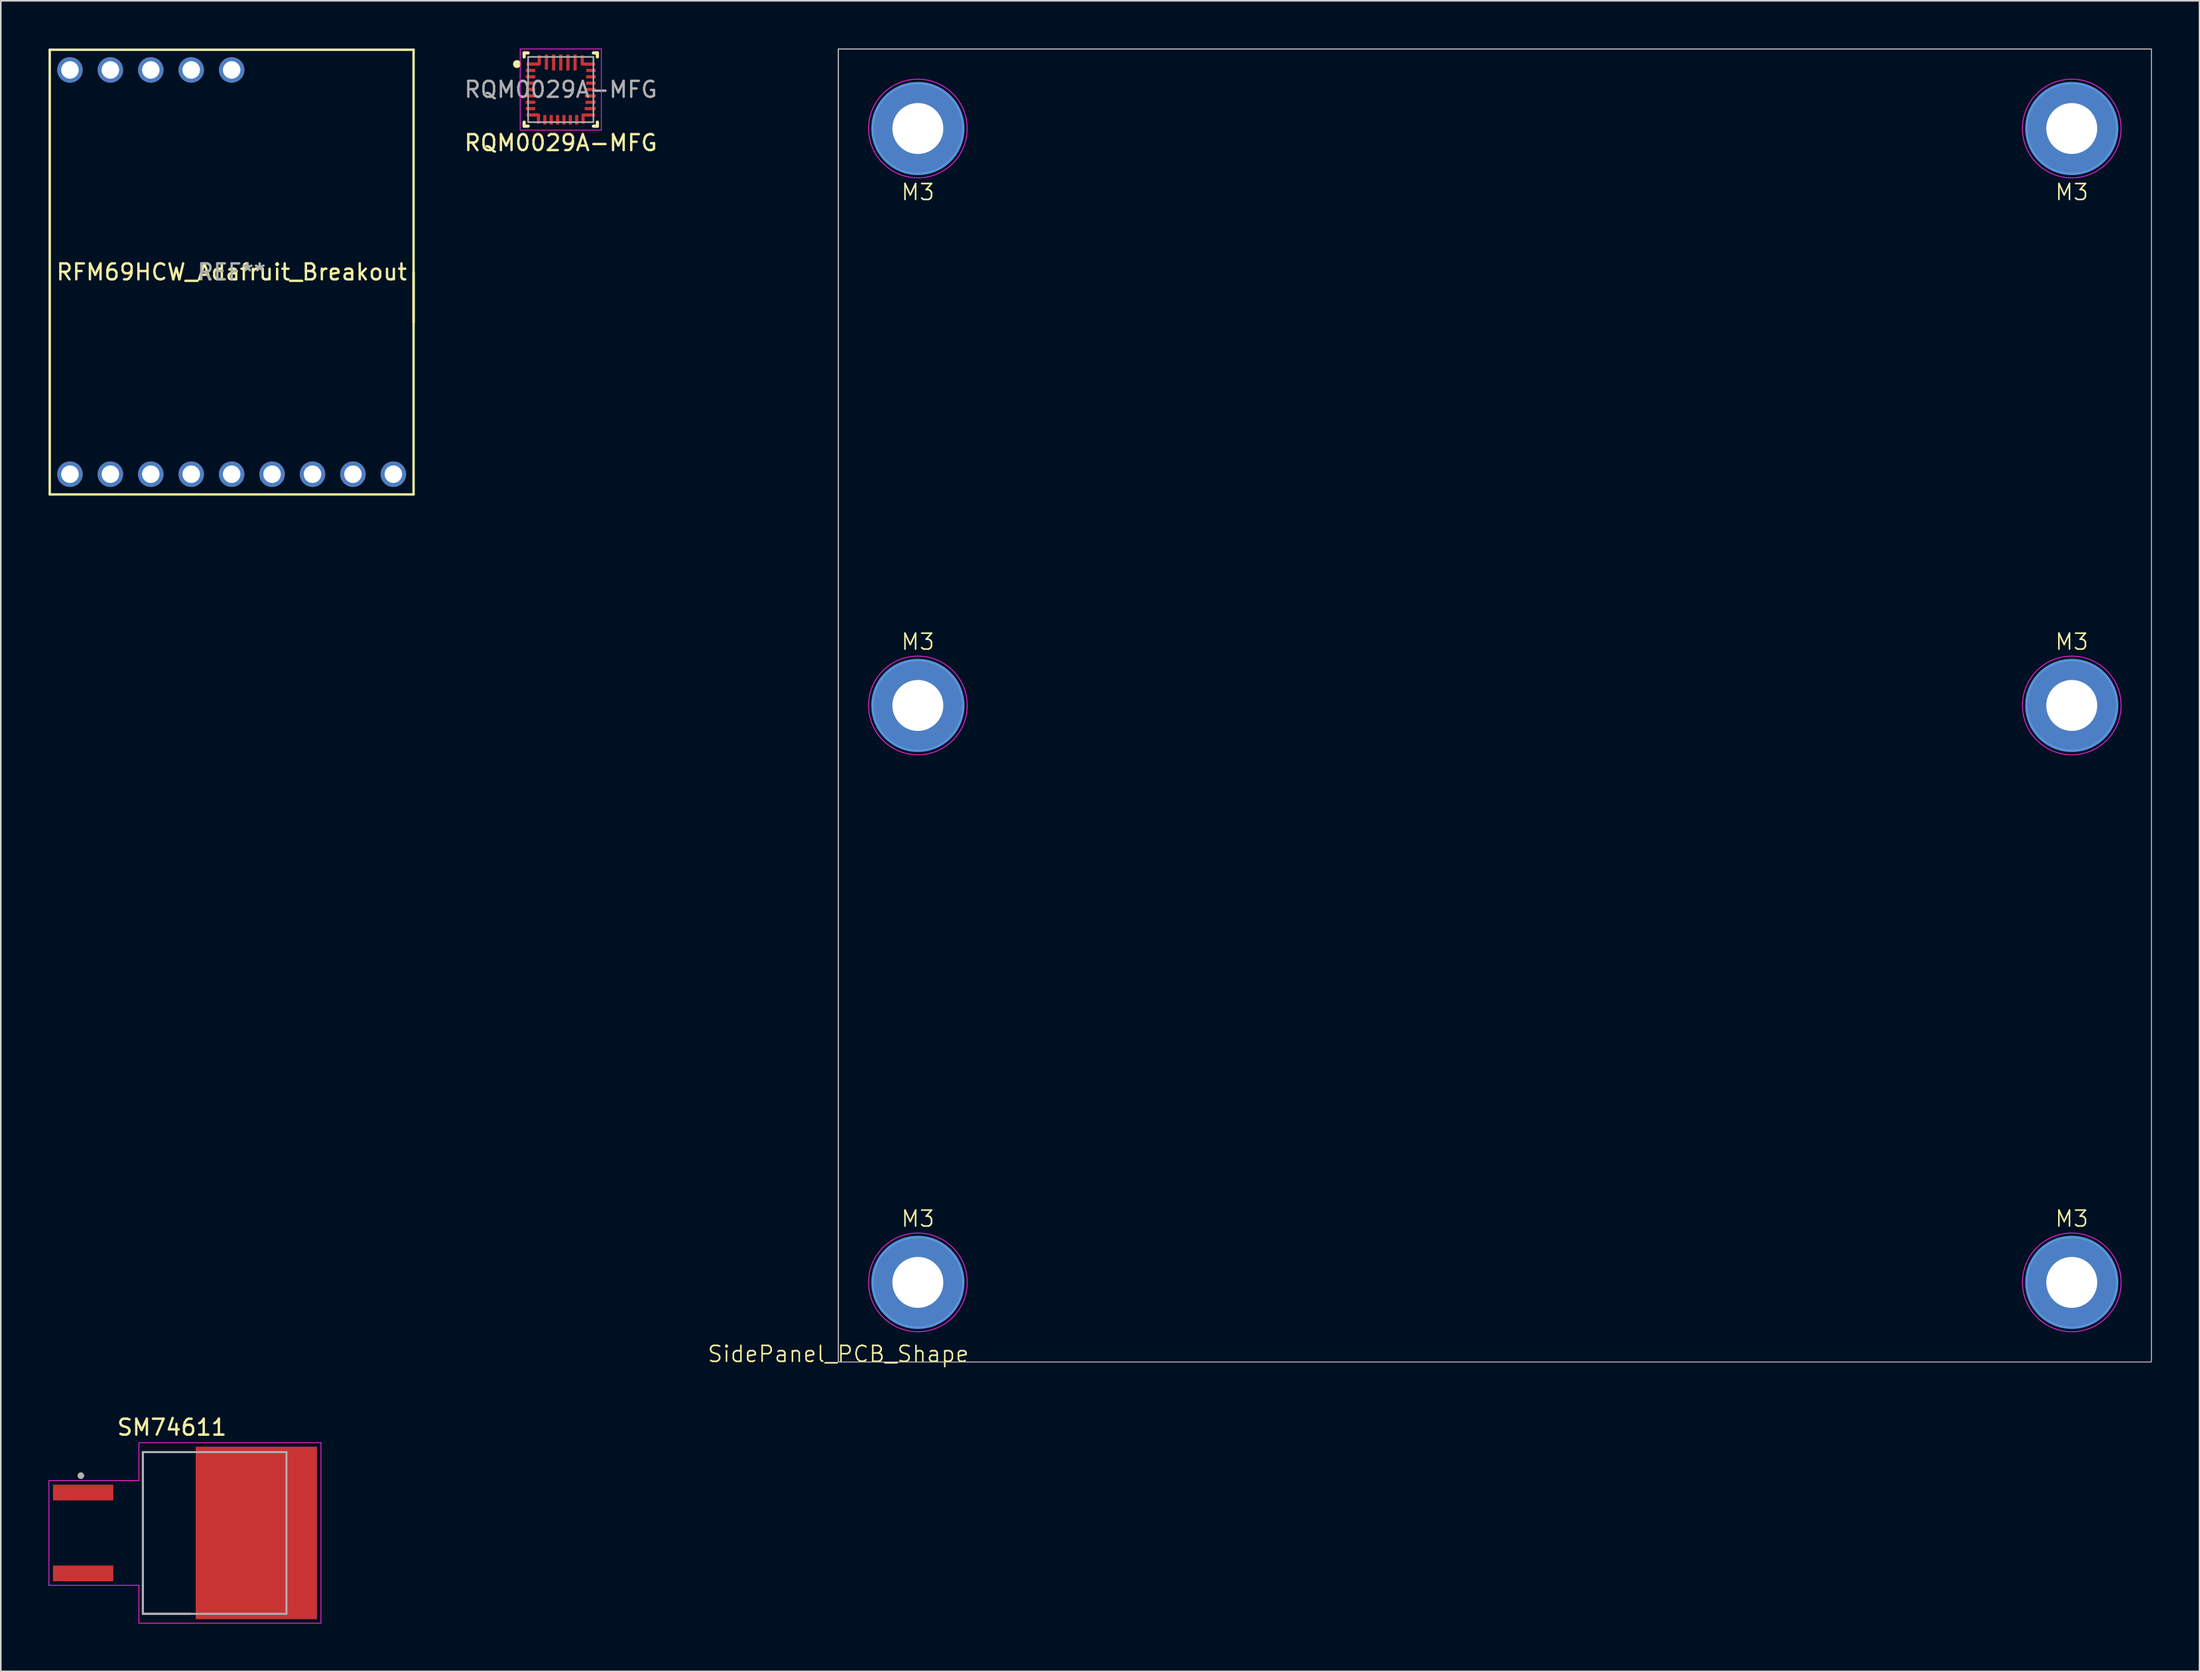
<source format=kicad_pcb>
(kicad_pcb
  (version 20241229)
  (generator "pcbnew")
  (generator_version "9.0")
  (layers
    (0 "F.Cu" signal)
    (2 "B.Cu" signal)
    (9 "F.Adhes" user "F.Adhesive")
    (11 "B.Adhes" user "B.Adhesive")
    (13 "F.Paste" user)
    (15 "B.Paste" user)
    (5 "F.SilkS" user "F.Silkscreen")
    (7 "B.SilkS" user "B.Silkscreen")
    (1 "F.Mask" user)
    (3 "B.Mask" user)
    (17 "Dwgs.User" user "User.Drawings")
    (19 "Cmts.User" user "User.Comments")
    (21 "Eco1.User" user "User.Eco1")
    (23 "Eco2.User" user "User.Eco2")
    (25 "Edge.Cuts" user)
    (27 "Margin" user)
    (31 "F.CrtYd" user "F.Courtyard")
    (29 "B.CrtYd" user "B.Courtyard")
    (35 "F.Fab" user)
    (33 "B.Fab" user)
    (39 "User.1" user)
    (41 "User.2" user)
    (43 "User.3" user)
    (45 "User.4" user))
  (footprint "SidePanel_PCB_Shape"
    (layer "F.Cu")
    (at 49.62 82.525)
    (property "Reference" "SidePanel_PCB_Shape" (at 0 -0.5 0) (unlocked yes) (layer "F.SilkS") (effects (font (size 1 1) (thickness 0.1))))
    (attr through_hole exclude_from_pos_files exclude_from_bom allow_missing_courtyard)
    (fp_rect (start 0 -82.5) (end 82.5 0) (stroke (width 0.05) (type default)) (fill no) (layer "Dwgs.User"))
    (fp_circle (center 5 -77.5) (end 7.85 -77.5) (stroke (width 0.15) (type solid)) (fill no) (layer "Cmts.User"))
    (fp_circle (center 5 -41.25) (end 7.85 -41.25) (stroke (width 0.15) (type solid)) (fill no) (layer "Cmts.User"))
    (fp_circle (center 5 -5) (end 7.85 -5) (stroke (width 0.15) (type solid)) (fill no) (layer "Cmts.User"))
    (fp_circle (center 77.5 -77.5) (end 80.35 -77.5) (stroke (width 0.15) (type solid)) (fill no) (layer "Cmts.User"))
    (fp_circle (center 77.5 -41.25) (end 80.35 -41.25) (stroke (width 0.15) (type solid)) (fill no) (layer "Cmts.User"))
    (fp_circle (center 77.5 -5) (end 80.35 -5) (stroke (width 0.15) (type solid)) (fill no) (layer "Cmts.User"))
    (fp_rect (start 0 -82.5) (end 82.5 0) (stroke (width 0.05) (type default)) (fill no) (layer "Edge.Cuts"))
    (fp_circle (center 5 -77.5) (end 8.1 -77.5) (stroke (width 0.05) (type solid)) (fill no) (layer "F.CrtYd"))
    (fp_circle (center 5 -41.25) (end 8.1 -41.25) (stroke (width 0.05) (type solid)) (fill no) (layer "F.CrtYd"))
    (fp_circle (center 5 -5) (end 8.1 -5) (stroke (width 0.05) (type solid)) (fill no) (layer "F.CrtYd"))
    (fp_circle (center 77.5 -77.5) (end 80.6 -77.5) (stroke (width 0.05) (type solid)) (fill no) (layer "F.CrtYd"))
    (fp_circle (center 77.5 -41.25) (end 80.6 -41.25) (stroke (width 0.05) (type solid)) (fill no) (layer "F.CrtYd"))
    (fp_circle (center 77.5 -5) (end 80.6 -5) (stroke (width 0.05) (type solid)) (fill no) (layer "F.CrtYd"))
    (fp_text user "M3" (at 5 -9 0) (unlocked yes) (layer "F.SilkS") (effects (font (size 1 1) (thickness 0.1))))
    (fp_text user "M3" (at 5 -73.5 0) (unlocked yes) (layer "F.SilkS") (effects (font (size 1 1) (thickness 0.1))))
    (fp_text user "M3" (at 5 -45.25 0) (unlocked yes) (layer "F.SilkS") (effects (font (size 1 1) (thickness 0.1))))
    (fp_text user "M3" (at 77.5 -73.5 0) (unlocked yes) (layer "F.SilkS") (effects (font (size 1 1) (thickness 0.1))))
    (fp_text user "M3" (at 77.5 -45.25 0) (unlocked yes) (layer "F.SilkS") (effects (font (size 1 1) (thickness 0.1))))
    (fp_text user "M3" (at 77.5 -9 0) (unlocked yes) (layer "F.SilkS") (effects (font (size 1 1) (thickness 0.1))))
    (pad "1" thru_hole circle (at 5 -77.5) (size 3.6 3.6) (drill 3.2) (layers "*.Cu" "*.Mask"))
    (pad "1" connect circle (at 5 -77.5) (size 5.7 5.7) (layers "F.Cu" "F.Mask"))
    (pad "1" connect circle (at 5 -77.5) (size 5.7 5.7) (layers "B.Cu" "B.Mask"))
    (pad "2" thru_hole circle (at 77.5 -77.5) (size 3.6 3.6) (drill 3.2) (layers "*.Cu" "*.Mask"))
    (pad "2" connect circle (at 77.5 -77.5) (size 5.7 5.7) (layers "F.Cu" "F.Mask"))
    (pad "2" connect circle (at 77.5 -77.5) (size 5.7 5.7) (layers "B.Cu" "B.Mask"))
    (pad "3" thru_hole circle (at 5 -41.25) (size 3.6 3.6) (drill 3.2) (layers "*.Cu" "*.Mask"))
    (pad "3" connect circle (at 5 -41.25) (size 5.7 5.7) (layers "F.Cu" "F.Mask"))
    (pad "3" connect circle (at 5 -41.25) (size 5.7 5.7) (layers "B.Cu" "B.Mask"))
    (pad "4" thru_hole circle (at 77.5 -41.25) (size 3.6 3.6) (drill 3.2) (layers "*.Cu" "*.Mask"))
    (pad "4" connect circle (at 77.5 -41.25) (size 5.7 5.7) (layers "F.Cu" "F.Mask"))
    (pad "4" connect circle (at 77.5 -41.25) (size 5.7 5.7) (layers "B.Cu" "B.Mask"))
    (pad "5" thru_hole circle (at 5 -5) (size 3.6 3.6) (drill 3.2) (layers "*.Cu" "*.Mask"))
    (pad "5" connect circle (at 5 -5) (size 5.7 5.7) (layers "F.Cu" "F.Mask"))
    (pad "5" connect circle (at 5 -5) (size 5.7 5.7) (layers "B.Cu" "B.Mask"))
    (pad "6" thru_hole circle (at 77.5 -5) (size 3.6 3.6) (drill 3.2) (layers "*.Cu" "*.Mask"))
    (pad "6" connect circle (at 77.5 -5) (size 5.7 5.7) (layers "F.Cu" "F.Mask"))
    (pad "6" connect circle (at 77.5 -5) (size 5.7 5.7) (layers "B.Cu" "B.Mask")))
  (footprint "RQM0029A-MFG"
    (layer "F.Cu")
    (at 32.183 2.575)
    (property "Reference" "RQM0029A-MFG" (at 0 3.35 0) (unlocked yes) (layer "F.SilkS") (effects (font (size 1 1) (thickness 0.15))))
    (attr smd)
    (fp_line (start -2.3 -2.3) (end -2.05 -2.3) (stroke (width 0.2) (type solid)) (layer "F.SilkS"))
    (fp_line (start -2.3 -2.05) (end -2.3 -2.3) (stroke (width 0.2) (type solid)) (layer "F.SilkS"))
    (fp_line (start -2.3 2.3) (end -2.3 2.05) (stroke (width 0.2) (type solid)) (layer "F.SilkS"))
    (fp_line (start -2.3 2.3) (end -2.05 2.3) (stroke (width 0.2) (type solid)) (layer "F.SilkS"))
    (fp_line (start 2.05 -2.3) (end 2.3 -2.3) (stroke (width 0.2) (type solid)) (layer "F.SilkS"))
    (fp_line (start 2.05 2.3) (end 2.3 2.3) (stroke (width 0.2) (type solid)) (layer "F.SilkS"))
    (fp_line (start 2.3 -2.05) (end 2.3 -2.3) (stroke (width 0.2) (type solid)) (layer "F.SilkS"))
    (fp_line (start 2.3 2.3) (end 2.3 2.05) (stroke (width 0.2) (type solid)) (layer "F.SilkS"))
    (fp_circle (center -2.75 -1.6) (end -2.625 -1.6) (stroke (width 0.25) (type solid)) (fill no) (layer "F.SilkS"))
    (fp_rect (start -2.55 -2.55) (end 2.55 2.55) (stroke (width 0.05) (type default)) (fill no) (layer "F.CrtYd"))
    (fp_line (start -2.05 -2.05) (end 2.05 -2.05) (stroke (width 0.1) (type solid)) (layer "F.Fab"))
    (fp_line (start -2.05 2.05) (end -2.05 -2.05) (stroke (width 0.1) (type solid)) (layer "F.Fab"))
    (fp_line (start -2.05 2.05) (end 2.05 2.05) (stroke (width 0.1) (type solid)) (layer "F.Fab"))
    (fp_line (start 2.05 2.05) (end 2.05 -2.05) (stroke (width 0.1) (type solid)) (layer "F.Fab"))
    (fp_text user "${REFERENCE}" (at 0 0 0) (unlocked yes) (layer "F.Fab") (effects (font (size 1 1) (thickness 0.15))))
    (pad "1" smd rect (at -1.725 -1.6 180) (size 0.85 0.2) (layers "F.Cu" "F.Mask" "F.Paste"))
    (pad "1" smd rect (at -1.35 -1.85 90) (size 0.6 0.2) (layers "F.Cu" "F.Mask" "F.Paste"))
    (pad "2" smd rect (at -1.9 -1.2) (size 0.6 0.2) (layers "F.Cu" "F.Mask" "F.Paste"))
    (pad "3" smd rect (at -1.9 -0.8) (size 0.6 0.2) (layers "F.Cu" "F.Mask" "F.Paste"))
    (pad "4" smd rect (at -1.9 -0.4) (size 0.6 0.2) (layers "F.Cu" "F.Mask" "F.Paste"))
    (pad "5" smd rect (at -1.9 0) (size 0.6 0.2) (layers "F.Cu" "F.Mask" "F.Paste"))
    (pad "6" smd rect (at -1.9 0.4) (size 0.6 0.2) (layers "F.Cu" "F.Mask" "F.Paste"))
    (pad "7" smd rect (at -1.9 0.8) (size 0.6 0.2) (layers "F.Cu" "F.Mask" "F.Paste"))
    (pad "8" smd rect (at -1.9 1.2) (size 0.6 0.2) (layers "F.Cu" "F.Mask" "F.Paste"))
    (pad "9" smd rect (at -1.75 1.6 180) (size 0.8 0.2) (layers "F.Cu" "F.Mask" "F.Paste"))
    (pad "9" smd rect (at -1.4 1.85 270) (size 0.6 0.2) (layers "F.Cu" "F.Mask" "F.Paste"))
    (pad "10" smd rect (at -1 1.9 90) (size 0.6 0.2) (layers "F.Cu" "F.Mask" "F.Paste"))
    (pad "11" smd rect (at -0.6 1.9 90) (size 0.6 0.2) (layers "F.Cu" "F.Mask" "F.Paste"))
    (pad "12" smd rect (at -0.2 1.9 90) (size 0.6 0.2) (layers "F.Cu" "F.Mask" "F.Paste"))
    (pad "13" smd rect (at 0.2 1.9 90) (size 0.6 0.2) (layers "F.Cu" "F.Mask" "F.Paste"))
    (pad "14" smd rect (at 0.6 1.9 90) (size 0.6 0.2) (layers "F.Cu" "F.Mask" "F.Paste"))
    (pad "15" smd rect (at 1 1.9 90) (size 0.6 0.2) (layers "F.Cu" "F.Mask" "F.Paste"))
    (pad "16" smd rect (at 1.4 1.85 270) (size 0.6 0.2) (layers "F.Cu" "F.Mask" "F.Paste"))
    (pad "16" smd rect (at 1.75 1.6) (size 0.8 0.2) (layers "F.Cu" "F.Mask" "F.Paste"))
    (pad "17" smd rect (at 1.85 1.2) (size 0.7 0.2) (layers "F.Cu" "F.Mask" "F.Paste"))
    (pad "18" smd rect (at 1.875 0.8) (size 0.65 0.2) (layers "F.Cu" "F.Mask" "F.Paste"))
    (pad "19" smd rect (at 1.86 0.4) (size 0.68 0.2) (layers "F.Cu" "F.Mask" "F.Paste"))
    (pad "20" smd rect (at 1.9 0) (size 0.6 0.2) (layers "F.Cu" "F.Mask" "F.Paste"))
    (pad "21" smd rect (at 1.9 -0.4) (size 0.6 0.2) (layers "F.Cu" "F.Mask" "F.Paste"))
    (pad "22" smd rect (at 1.9 -0.8) (size 0.6 0.2) (layers "F.Cu" "F.Mask" "F.Paste"))
    (pad "23" smd rect (at 1.9 -1.2) (size 0.6 0.2) (layers "F.Cu" "F.Mask" "F.Paste"))
    (pad "24" smd rect (at 1.35 -1.85 90) (size 0.6 0.2) (layers "F.Cu" "F.Mask" "F.Paste"))
    (pad "24" smd rect (at 1.725 -1.6) (size 0.85 0.2) (layers "F.Cu" "F.Mask" "F.Paste"))
    (pad "25" smd rect (at 0.9 -1.7) (size 0.2 1) (layers "F.Cu" "F.Mask" "F.Paste"))
    (pad "26" smd rect (at 0.45 -1.7) (size 0.2 1) (layers "F.Cu" "F.Mask" "F.Paste"))
    (pad "27" smd rect (at 0 -1.7) (size 0.2 1) (layers "F.Cu" "F.Mask" "F.Paste"))
    (pad "28" smd rect (at -0.45 -1.7) (size 0.2 1) (layers "F.Cu" "F.Mask" "F.Paste"))
    (pad "29" smd rect (at -0.9 -1.725) (size 0.2 0.95) (layers "F.Cu" "F.Mask" "F.Paste")))
  (footprint "RFM69HCW_Adafruit_Breakout"
    (layer "F.Cu")
    (at 11.505 14.045)
    (property "Reference" "RFM69HCW_Adafruit_Breakout" (at 0 0 0) (layer "F.SilkS") (effects (font (size 1 1) (thickness 0.15))))
    (attr through_hole)
    (fp_line (start -11.43 -13.97) (end 11.43 -13.97) (stroke (width 0.15) (type solid)) (layer "F.SilkS"))
    (fp_line (start -11.43 13.97) (end -11.43 -13.97) (stroke (width 0.15) (type solid)) (layer "F.SilkS"))
    (fp_line (start 11.43 -13.97) (end 11.43 13.97) (stroke (width 0.15) (type solid)) (layer "F.SilkS"))
    (fp_line (start 11.43 3.175) (end 11.43 0) (stroke (width 0.15) (type solid)) (layer "F.SilkS"))
    (fp_line (start 11.43 13.97) (end -11.43 13.97) (stroke (width 0.15) (type solid)) (layer "F.SilkS"))
    (fp_text user "REF**" (at 0 0 0) (layer "F.Fab") (effects (font (size 1 1) (thickness 0.15))))
    (pad "1" thru_hole circle (at -10.16 12.7) (size 1.6 1.6) (drill 1.1) (layers "*.Cu" "*.Mask"))
    (pad "2" thru_hole circle (at -7.62 12.7) (size 1.6 1.6) (drill 1.1) (layers "*.Cu" "*.Mask"))
    (pad "3" thru_hole circle (at -5.08 12.7) (size 1.6 1.6) (drill 1.1) (layers "*.Cu" "*.Mask"))
    (pad "4" thru_hole circle (at -2.54 12.7) (size 1.6 1.6) (drill 1.1) (layers "*.Cu" "*.Mask"))
    (pad "5" thru_hole circle (at 0 12.7) (size 1.6 1.6) (drill 1.1) (layers "*.Cu" "*.Mask"))
    (pad "6" thru_hole circle (at 2.54 12.7) (size 1.6 1.6) (drill 1.1) (layers "*.Cu" "*.Mask"))
    (pad "7" thru_hole circle (at 5.08 12.7) (size 1.6 1.6) (drill 1.1) (layers "*.Cu" "*.Mask"))
    (pad "8" thru_hole circle (at 7.62 12.7) (size 1.6 1.6) (drill 1.1) (layers "*.Cu" "*.Mask"))
    (pad "9" thru_hole circle (at 10.16 12.7) (size 1.6 1.6) (drill 1.1) (layers "*.Cu" "*.Mask"))
    (pad "29" thru_hole circle (at 0 -12.7) (size 1.6 1.6) (drill 1.1) (layers "*.Cu" "*.Mask"))
    (pad "30" thru_hole circle (at -2.54 -12.7) (size 1.6 1.6) (drill 1.1) (layers "*.Cu" "*.Mask"))
    (pad "31" thru_hole circle (at -5.08 -12.7) (size 1.6 1.6) (drill 1.1) (layers "*.Cu" "*.Mask"))
    (pad "32" thru_hole circle (at -7.62 -12.7) (size 1.6 1.6) (drill 1.1) (layers "*.Cu" "*.Mask"))
    (pad "33" thru_hole circle (at -10.16 -12.7) (size 1.6 1.6) (drill 1.1) (layers "*.Cu" "*.Mask")))
  (footprint "SM74611"
    (layer "F.Cu")
    (at 8.575 93.269)
    (property "Reference" "SM74611" (at -0.825 -6.635 0) (layer "F.SilkS") (effects (font (size 1 1) (thickness 0.15))))
    (attr smd)
    (fp_line (start -2.648 -5.08) (end 0.357 -5.08) (stroke (width 0.127) (type solid)) (layer "F.SilkS"))
    (fp_line (start -2.648 5.08) (end -2.648 -5.08) (stroke (width 0.127) (type solid)) (layer "F.SilkS"))
    (fp_line (start 0.357 5.08) (end -2.648 5.08) (stroke (width 0.127) (type solid)) (layer "F.SilkS"))
    (fp_circle (center -6.545 -3.6) (end -6.445 -3.6) (stroke (width 0.2) (type solid)) (fill no) (layer "F.SilkS"))
    (fp_poly (pts (xy 1.215 -5.13) (xy 2.665 -5.13) (xy 2.665 -3.87) (xy 1.215 -3.87)) (stroke (width 0.01) (type solid)) (fill yes) (layer "F.Paste"))
    (fp_poly (pts (xy 1.215 -3.33) (xy 2.665 -3.33) (xy 2.665 -2.07) (xy 1.215 -2.07)) (stroke (width 0.01) (type solid)) (fill yes) (layer "F.Paste"))
    (fp_poly (pts (xy 1.215 -1.53) (xy 2.665 -1.53) (xy 2.665 -0.27) (xy 1.215 -0.27)) (stroke (width 0.01) (type solid)) (fill yes) (layer "F.Paste"))
    (fp_poly (pts (xy 1.215 0.27) (xy 2.665 0.27) (xy 2.665 1.53) (xy 1.215 1.53)) (stroke (width 0.01) (type solid)) (fill yes) (layer "F.Paste"))
    (fp_poly (pts (xy 1.215 2.07) (xy 2.665 2.07) (xy 2.665 3.33) (xy 1.215 3.33)) (stroke (width 0.01) (type solid)) (fill yes) (layer "F.Paste"))
    (fp_poly (pts (xy 1.215 3.87) (xy 2.665 3.87) (xy 2.665 5.13) (xy 1.215 5.13)) (stroke (width 0.01) (type solid)) (fill yes) (layer "F.Paste"))
    (fp_poly (pts (xy 3.755 -5.13) (xy 5.205 -5.13) (xy 5.205 -3.87) (xy 3.755 -3.87)) (stroke (width 0.01) (type solid)) (fill yes) (layer "F.Paste"))
    (fp_poly (pts (xy 3.755 -3.33) (xy 5.205 -3.33) (xy 5.205 -2.07) (xy 3.755 -2.07)) (stroke (width 0.01) (type solid)) (fill yes) (layer "F.Paste"))
    (fp_poly (pts (xy 3.755 -1.53) (xy 5.205 -1.53) (xy 5.205 -0.27) (xy 3.755 -0.27)) (stroke (width 0.01) (type solid)) (fill yes) (layer "F.Paste"))
    (fp_poly (pts (xy 3.755 0.27) (xy 5.205 0.27) (xy 5.205 1.53) (xy 3.755 1.53)) (stroke (width 0.01) (type solid)) (fill yes) (layer "F.Paste"))
    (fp_poly (pts (xy 3.755 2.07) (xy 5.205 2.07) (xy 5.205 3.33) (xy 3.755 3.33)) (stroke (width 0.01) (type solid)) (fill yes) (layer "F.Paste"))
    (fp_poly (pts (xy 3.755 3.87) (xy 5.205 3.87) (xy 5.205 5.13) (xy 3.755 5.13)) (stroke (width 0.01) (type solid)) (fill yes) (layer "F.Paste"))
    (fp_poly (pts (xy 6.295 -5.13) (xy 7.745 -5.13) (xy 7.745 -3.87) (xy 6.295 -3.87)) (stroke (width 0.01) (type solid)) (fill yes) (layer "F.Paste"))
    (fp_poly (pts (xy 6.295 -3.33) (xy 7.745 -3.33) (xy 7.745 -2.07) (xy 6.295 -2.07)) (stroke (width 0.01) (type solid)) (fill yes) (layer "F.Paste"))
    (fp_poly (pts (xy 6.295 -1.53) (xy 7.745 -1.53) (xy 7.745 -0.27) (xy 6.295 -0.27)) (stroke (width 0.01) (type solid)) (fill yes) (layer "F.Paste"))
    (fp_poly (pts (xy 6.295 0.27) (xy 7.745 0.27) (xy 7.745 1.53) (xy 6.295 1.53)) (stroke (width 0.01) (type solid)) (fill yes) (layer "F.Paste"))
    (fp_poly (pts (xy 6.295 2.07) (xy 7.745 2.07) (xy 7.745 3.33) (xy 6.295 3.33)) (stroke (width 0.01) (type solid)) (fill yes) (layer "F.Paste"))
    (fp_poly (pts (xy 6.295 3.87) (xy 7.745 3.87) (xy 7.745 5.13) (xy 6.295 5.13)) (stroke (width 0.01) (type solid)) (fill yes) (layer "F.Paste"))
    (fp_line (start -8.55 -3.29) (end -2.898 -3.29) (stroke (width 0.05) (type solid)) (layer "F.CrtYd"))
    (fp_line (start -8.55 3.29) (end -8.55 -3.29) (stroke (width 0.05) (type solid)) (layer "F.CrtYd"))
    (fp_line (start -2.898 -5.67) (end 8.54 -5.67) (stroke (width 0.05) (type solid)) (layer "F.CrtYd"))
    (fp_line (start -2.898 -3.29) (end -2.898 -5.67) (stroke (width 0.05) (type solid)) (layer "F.CrtYd"))
    (fp_line (start -2.898 3.29) (end -8.55 3.29) (stroke (width 0.05) (type solid)) (layer "F.CrtYd"))
    (fp_line (start -2.898 5.67) (end -2.898 3.29) (stroke (width 0.05) (type solid)) (layer "F.CrtYd"))
    (fp_line (start 8.54 -5.67) (end 8.54 5.67) (stroke (width 0.05) (type solid)) (layer "F.CrtYd"))
    (fp_line (start 8.54 5.67) (end -2.898 5.67) (stroke (width 0.05) (type solid)) (layer "F.CrtYd"))
    (fp_line (start -2.648 -5.08) (end 6.373 -5.08) (stroke (width 0.127) (type solid)) (layer "F.Fab"))
    (fp_line (start -2.648 5.08) (end -2.648 -5.08) (stroke (width 0.127) (type solid)) (layer "F.Fab"))
    (fp_line (start 6.373 -5.08) (end 6.373 5.08) (stroke (width 0.127) (type solid)) (layer "F.Fab"))
    (fp_line (start 6.373 5.08) (end -2.648 5.08) (stroke (width 0.127) (type solid)) (layer "F.Fab"))
    (fp_circle (center -6.545 -3.6) (end -6.445 -3.6) (stroke (width 0.2) (type solid)) (fill no) (layer "F.Fab"))
    (pad "1" smd rect (at -6.4 -2.54) (size 3.79 0.99) (layers "F.Cu" "F.Mask" "F.Paste"))
    (pad "3" smd rect (at -6.4 2.54) (size 3.79 0.99) (layers "F.Cu" "F.Mask" "F.Paste"))
    (pad "4" smd rect (at 4.48 0) (size 7.62 10.84) (layers "F.Cu" "F.Mask")))
  (gr_rect
    (start -3 -3)
    (end 135.145 101.964)
    (stroke (width 0.1) (type default))
    (fill no)
    (layer "Edge.Cuts")))
</source>
